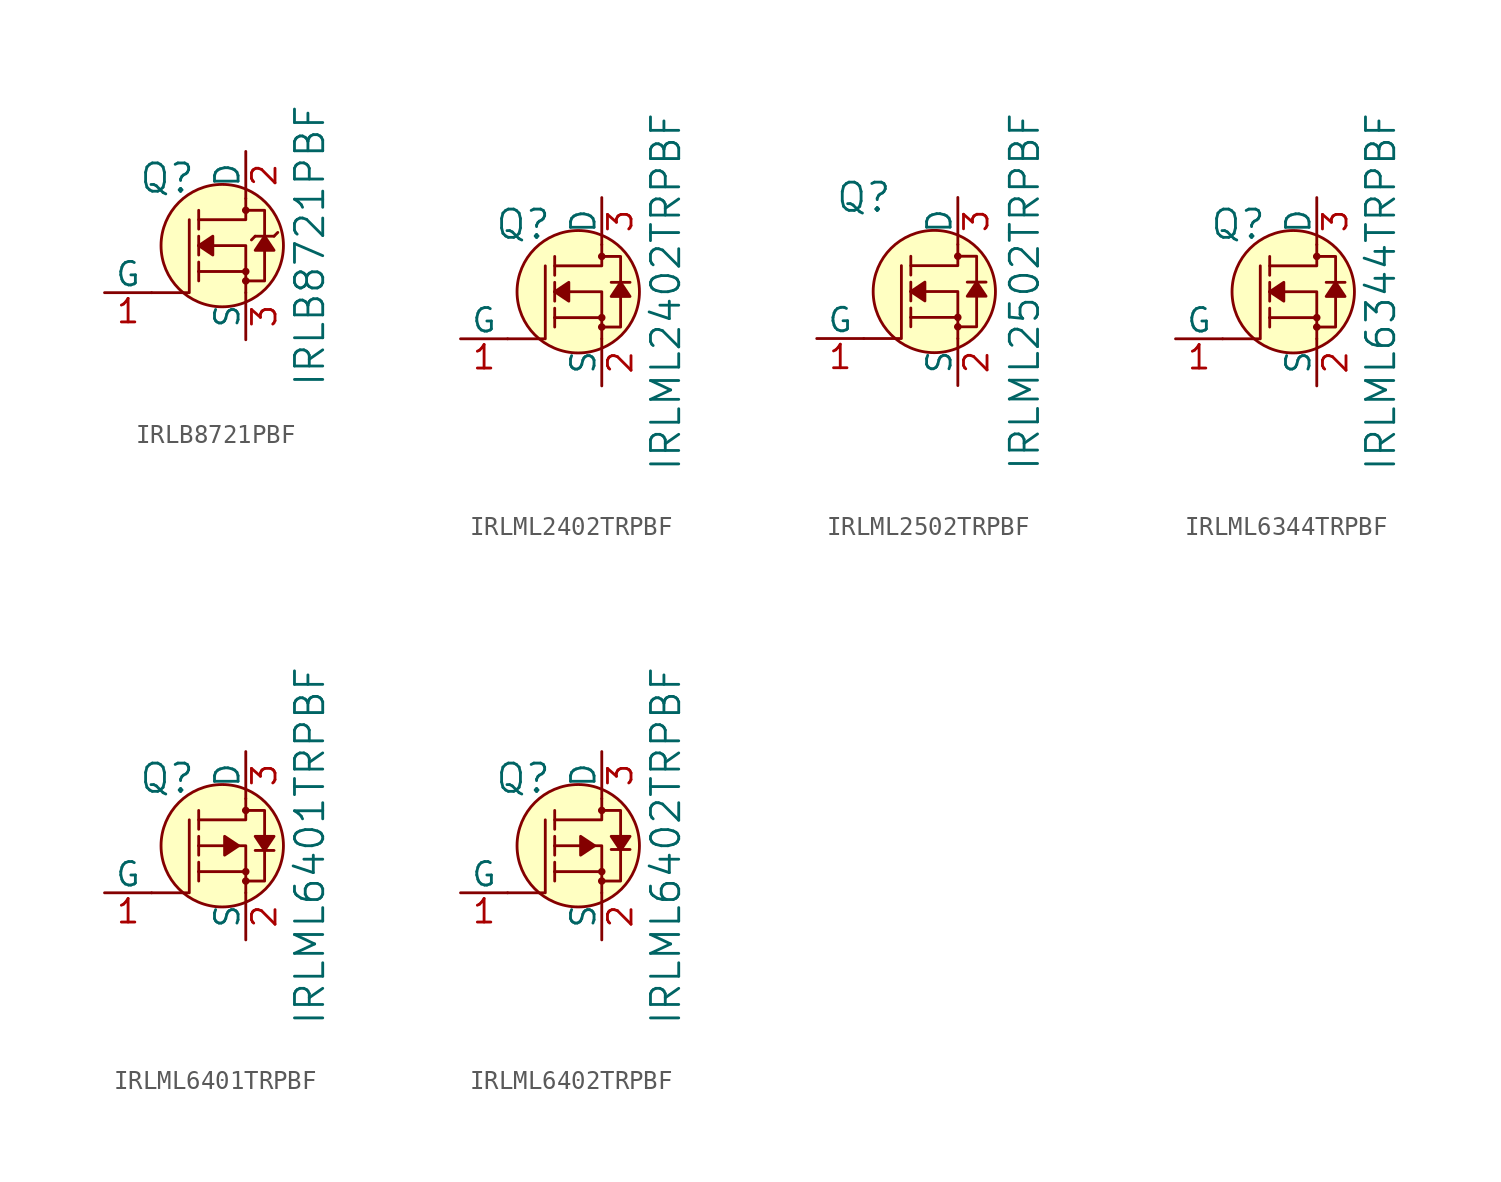
<source format=kicad_sym>
(kicad_symbol_lib
  (version 20211014)
  (generator kicad_symbol_editor)
  (symbol "IRLB8721PBF"
    (pin_names
      (offset 0))
    (property "Reference" "Q"
      (at -2.692 3.632 0)
      (effects (font (size 1.524 1.524)) (justify right)))
    (property "Value" "IRLB8721PBF"
      (at 3.454 0 90)
      (effects (font (size 1.524 1.524))))
    (symbol "IRLB8721PBF_0_1"
      (circle (center -1.27 0) (radius 3.302) (stroke (width 0) (type default) (color 0 0 0 0)) (fill (type background)))
      (circle (center 0 -1.905) (radius 0.127) (stroke (width 0) (type default) (color 0 0 0 0)) (fill (type none)))
      (circle (center 0 -1.397) (radius 0.127) (stroke (width 0) (type default) (color 0 0 0 0)) (fill (type none)))
      (polyline (pts (xy 0 -1.397) (xy -2.54 -1.397)) (stroke (width 0) (type default) (color 0 0 0 0)) (fill (type none)))
      (polyline (pts (xy 0.508 0.508) (xy 0.305 0.305)) (stroke (width 0) (type default) (color 0 0 0 0)) (fill (type none)))
      (polyline (pts (xy 1.524 0.508) (xy 1.727 0.711)) (stroke (width 0) (type default) (color 0 0 0 0)) (fill (type none)))
      (polyline (pts (xy -5.08 -2.54) (xy -3.048 -2.54) (xy -3.048 1.397)) (stroke (width 0) (type default) (color 0 0 0 0)) (fill (type none)))
      (polyline (pts (xy 0 -2.54) (xy 0 0) (xy -2.54 0)) (stroke (width 0) (type default) (color 0 0 0 0)) (fill (type none)))
      (polyline (pts (xy 0 2.54) (xy 0 1.397) (xy -2.54 1.397)) (stroke (width 0) (type default) (color 0 0 0 0)) (fill (type none)))
      (polyline (pts (xy -0.127 -1.905) (xy 1.016 -1.905) (xy 1.016 1.397) (xy 1.016 1.905) (xy -0.127 1.905)) (stroke (width 0) (type default) (color 0 0 0 0)) (fill (type none)))
      (circle (center 0 1.905) (radius 0.127) (stroke (width 0) (type default) (color 0 0 0 0)) (fill (type none))))
    (symbol "IRLB8721PBF_1_1"
      (polyline (pts (xy -2.54 -1.397) (xy -2.54 -1.905)) (stroke (width 0) (type default) (color 0 0 0 0)) (fill (type none)))
      (polyline (pts (xy -2.54 -1.397) (xy -2.54 -0.889)) (stroke (width 0) (type default) (color 0 0 0 0)) (fill (type none)))
      (polyline (pts (xy -2.54 0) (xy -2.54 -0.508)) (stroke (width 0) (type default) (color 0 0 0 0)) (fill (type none)))
      (polyline (pts (xy -2.54 0) (xy -2.54 0.508)) (stroke (width 0) (type default) (color 0 0 0 0)) (fill (type none)))
      (polyline (pts (xy -2.54 1.905) (xy -2.54 0.889)) (stroke (width 0) (type default) (color 0 0 0 0)) (fill (type none)))
      (polyline (pts (xy 1.524 0.508) (xy 0.508 0.508)) (stroke (width 0) (type default) (color 0 0 0 0)) (fill (type none)))
      (polyline (pts (xy -2.54 0) (xy -1.778 0.508) (xy -1.778 -0.508) (xy -2.54 0)) (stroke (width 0) (type default) (color 0 0 0 0)) (fill (type outline)))
      (polyline (pts (xy 1.016 0.508) (xy 0.508 -0.254) (xy 1.524 -0.254) (xy 1.016 0.508)) (stroke (width 0) (type default) (color 0 0 0 0)) (fill (type outline)))
      (pin bidirectional line (at -7.62 -2.54 0) (length 2.54) (name "G" (effects (font (size 1.27 1.27)))) (number "1" (effects (font (size 1.27 1.27)))))
      (pin bidirectional line (at 0 5.08 270) (length 2.54) (name "D" (effects (font (size 1.27 1.27)))) (number "2" (effects (font (size 1.27 1.27)))))
      (pin bidirectional line (at 0 -5.08 90) (length 2.54) (name "S" (effects (font (size 1.27 1.27)))) (number "3" (effects (font (size 1.27 1.27)))))))
  (symbol "IRLML2402TRPBF"
    (pin_names
      (offset 0))
    (property "Reference" "Q"
      (at -2.692 3.632 0)
      (effects (font (size 1.524 1.524)) (justify right)))
    (property "Value" "IRLML2402TRPBF"
      (at 3.454 0 90)
      (effects (font (size 1.524 1.524))))
    (symbol "IRLML2402TRPBF_0_1"
      (circle (center -1.27 0) (radius 3.302) (stroke (width 0) (type default) (color 0 0 0 0)) (fill (type background)))
      (circle (center 0 -1.905) (radius 0.127) (stroke (width 0) (type default) (color 0 0 0 0)) (fill (type none)))
      (circle (center 0 -1.397) (radius 0.127) (stroke (width 0) (type default) (color 0 0 0 0)) (fill (type none)))
      (polyline (pts (xy 0 -1.397) (xy -2.54 -1.397)) (stroke (width 0) (type default) (color 0 0 0 0)) (fill (type none)))
      (polyline (pts (xy -5.08 -2.54) (xy -3.048 -2.54) (xy -3.048 1.397)) (stroke (width 0) (type default) (color 0 0 0 0)) (fill (type none)))
      (polyline (pts (xy 0 -2.54) (xy 0 0) (xy -2.54 0)) (stroke (width 0) (type default) (color 0 0 0 0)) (fill (type none)))
      (polyline (pts (xy 0 2.54) (xy 0 1.397) (xy -2.54 1.397)) (stroke (width 0) (type default) (color 0 0 0 0)) (fill (type none)))
      (polyline (pts (xy -0.127 -1.905) (xy 1.016 -1.905) (xy 1.016 1.397) (xy 1.016 1.905) (xy -0.127 1.905)) (stroke (width 0) (type default) (color 0 0 0 0)) (fill (type none)))
      (circle (center 0 1.905) (radius 0.127) (stroke (width 0) (type default) (color 0 0 0 0)) (fill (type none))))
    (symbol "IRLML2402TRPBF_1_1"
      (polyline (pts (xy -2.54 -1.397) (xy -2.54 -1.905)) (stroke (width 0) (type default) (color 0 0 0 0)) (fill (type none)))
      (polyline (pts (xy -2.54 -1.397) (xy -2.54 -0.889)) (stroke (width 0) (type default) (color 0 0 0 0)) (fill (type none)))
      (polyline (pts (xy -2.54 0) (xy -2.54 -0.508)) (stroke (width 0) (type default) (color 0 0 0 0)) (fill (type none)))
      (polyline (pts (xy -2.54 0) (xy -2.54 0.508)) (stroke (width 0) (type default) (color 0 0 0 0)) (fill (type none)))
      (polyline (pts (xy -2.54 1.905) (xy -2.54 0.889)) (stroke (width 0) (type default) (color 0 0 0 0)) (fill (type none)))
      (polyline (pts (xy 1.524 0.508) (xy 0.508 0.508)) (stroke (width 0) (type default) (color 0 0 0 0)) (fill (type none)))
      (polyline (pts (xy -2.54 0) (xy -1.778 0.508) (xy -1.778 -0.508) (xy -2.54 0)) (stroke (width 0) (type default) (color 0 0 0 0)) (fill (type outline)))
      (polyline (pts (xy 1.016 0.508) (xy 0.508 -0.254) (xy 1.524 -0.254) (xy 1.016 0.508)) (stroke (width 0) (type default) (color 0 0 0 0)) (fill (type outline)))
      (pin bidirectional line (at -7.62 -2.54 0) (length 2.54) (name "G" (effects (font (size 1.27 1.27)))) (number "1" (effects (font (size 1.27 1.27)))))
      (pin bidirectional line (at 0 -5.08 90) (length 2.54) (name "S" (effects (font (size 1.27 1.27)))) (number "2" (effects (font (size 1.27 1.27)))))
      (pin bidirectional line (at 0 5.08 270) (length 2.54) (name "D" (effects (font (size 1.27 1.27)))) (number "3" (effects (font (size 1.27 1.27)))))))
  (symbol "IRLML2502TRPBF"
    (pin_names
      (offset 0))
    (property "Reference" "Q"
      (at -5.08 5.08 0)
      (effects (font (size 1.524 1.524))))
    (property "Value" "IRLML2502TRPBF"
      (at 3.607 0 90)
      (effects (font (size 1.524 1.524))))
    (symbol "IRLML2502TRPBF_0_1"
      (circle (center -1.27 0) (radius 3.302) (stroke (width 0) (type default) (color 0 0 0 0)) (fill (type background)))
      (circle (center 0 -1.905) (radius 0.127) (stroke (width 0) (type default) (color 0 0 0 0)) (fill (type none)))
      (circle (center 0 -1.397) (radius 0.127) (stroke (width 0) (type default) (color 0 0 0 0)) (fill (type none)))
      (polyline (pts (xy 0 -1.397) (xy -2.54 -1.397)) (stroke (width 0) (type default) (color 0 0 0 0)) (fill (type none)))
      (polyline (pts (xy -5.08 -2.54) (xy -3.048 -2.54) (xy -3.048 1.397)) (stroke (width 0) (type default) (color 0 0 0 0)) (fill (type none)))
      (polyline (pts (xy 0 -2.54) (xy 0 0) (xy -2.54 0)) (stroke (width 0) (type default) (color 0 0 0 0)) (fill (type none)))
      (polyline (pts (xy 0 2.54) (xy 0 1.397) (xy -2.54 1.397)) (stroke (width 0) (type default) (color 0 0 0 0)) (fill (type none)))
      (polyline (pts (xy -0.127 -1.905) (xy 1.016 -1.905) (xy 1.016 1.397) (xy 1.016 1.905) (xy -0.127 1.905)) (stroke (width 0) (type default) (color 0 0 0 0)) (fill (type none)))
      (circle (center 0 1.905) (radius 0.127) (stroke (width 0) (type default) (color 0 0 0 0)) (fill (type none))))
    (symbol "IRLML2502TRPBF_1_1"
      (polyline (pts (xy -2.54 -1.397) (xy -2.54 -1.905)) (stroke (width 0) (type default) (color 0 0 0 0)) (fill (type none)))
      (polyline (pts (xy -2.54 -1.397) (xy -2.54 -0.889)) (stroke (width 0) (type default) (color 0 0 0 0)) (fill (type none)))
      (polyline (pts (xy -2.54 0) (xy -2.54 -0.508)) (stroke (width 0) (type default) (color 0 0 0 0)) (fill (type none)))
      (polyline (pts (xy -2.54 0) (xy -2.54 0.508)) (stroke (width 0) (type default) (color 0 0 0 0)) (fill (type none)))
      (polyline (pts (xy -2.54 1.905) (xy -2.54 0.889)) (stroke (width 0) (type default) (color 0 0 0 0)) (fill (type none)))
      (polyline (pts (xy 1.524 0.508) (xy 0.508 0.508)) (stroke (width 0) (type default) (color 0 0 0 0)) (fill (type none)))
      (polyline (pts (xy -2.54 0) (xy -1.778 0.508) (xy -1.778 -0.508) (xy -2.54 0)) (stroke (width 0) (type default) (color 0 0 0 0)) (fill (type outline)))
      (polyline (pts (xy 1.016 0.508) (xy 0.508 -0.254) (xy 1.524 -0.254) (xy 1.016 0.508)) (stroke (width 0) (type default) (color 0 0 0 0)) (fill (type outline)))
      (pin bidirectional line (at -7.62 -2.54 0) (length 2.54) (name "G" (effects (font (size 1.27 1.27)))) (number "1" (effects (font (size 1.27 1.27)))))
      (pin bidirectional line (at 0 -5.08 90) (length 2.54) (name "S" (effects (font (size 1.27 1.27)))) (number "2" (effects (font (size 1.27 1.27)))))
      (pin bidirectional line (at 0 5.08 270) (length 2.54) (name "D" (effects (font (size 1.27 1.27)))) (number "3" (effects (font (size 1.27 1.27)))))))
  (symbol "IRLML6344TRPBF"
    (pin_names
      (offset 0))
    (property "Reference" "Q"
      (at -2.692 3.632 0)
      (effects (font (size 1.524 1.524)) (justify right)))
    (property "Value" "IRLML6344TRPBF"
      (at 3.454 0 90)
      (effects (font (size 1.524 1.524))))
    (symbol "IRLML6344TRPBF_0_1"
      (circle (center -1.27 0) (radius 3.302) (stroke (width 0) (type default) (color 0 0 0 0)) (fill (type background)))
      (circle (center 0 -1.905) (radius 0.127) (stroke (width 0) (type default) (color 0 0 0 0)) (fill (type none)))
      (circle (center 0 -1.397) (radius 0.127) (stroke (width 0) (type default) (color 0 0 0 0)) (fill (type none)))
      (polyline (pts (xy 0 -1.397) (xy -2.54 -1.397)) (stroke (width 0) (type default) (color 0 0 0 0)) (fill (type none)))
      (polyline (pts (xy -5.08 -2.54) (xy -3.048 -2.54) (xy -3.048 1.397)) (stroke (width 0) (type default) (color 0 0 0 0)) (fill (type none)))
      (polyline (pts (xy 0 -2.54) (xy 0 0) (xy -2.54 0)) (stroke (width 0) (type default) (color 0 0 0 0)) (fill (type none)))
      (polyline (pts (xy 0 2.54) (xy 0 1.397) (xy -2.54 1.397)) (stroke (width 0) (type default) (color 0 0 0 0)) (fill (type none)))
      (polyline (pts (xy -0.127 -1.905) (xy 1.016 -1.905) (xy 1.016 1.397) (xy 1.016 1.905) (xy -0.127 1.905)) (stroke (width 0) (type default) (color 0 0 0 0)) (fill (type none)))
      (circle (center 0 1.905) (radius 0.127) (stroke (width 0) (type default) (color 0 0 0 0)) (fill (type none))))
    (symbol "IRLML6344TRPBF_1_1"
      (polyline (pts (xy -2.54 -1.397) (xy -2.54 -1.905)) (stroke (width 0) (type default) (color 0 0 0 0)) (fill (type none)))
      (polyline (pts (xy -2.54 -1.397) (xy -2.54 -0.889)) (stroke (width 0) (type default) (color 0 0 0 0)) (fill (type none)))
      (polyline (pts (xy -2.54 0) (xy -2.54 -0.508)) (stroke (width 0) (type default) (color 0 0 0 0)) (fill (type none)))
      (polyline (pts (xy -2.54 0) (xy -2.54 0.508)) (stroke (width 0) (type default) (color 0 0 0 0)) (fill (type none)))
      (polyline (pts (xy -2.54 1.905) (xy -2.54 0.889)) (stroke (width 0) (type default) (color 0 0 0 0)) (fill (type none)))
      (polyline (pts (xy 1.524 0.508) (xy 0.508 0.508)) (stroke (width 0) (type default) (color 0 0 0 0)) (fill (type none)))
      (polyline (pts (xy -2.54 0) (xy -1.778 0.508) (xy -1.778 -0.508) (xy -2.54 0)) (stroke (width 0) (type default) (color 0 0 0 0)) (fill (type outline)))
      (polyline (pts (xy 1.016 0.508) (xy 0.508 -0.254) (xy 1.524 -0.254) (xy 1.016 0.508)) (stroke (width 0) (type default) (color 0 0 0 0)) (fill (type outline)))
      (pin bidirectional line (at -7.62 -2.54 0) (length 2.54) (name "G" (effects (font (size 1.27 1.27)))) (number "1" (effects (font (size 1.27 1.27)))))
      (pin bidirectional line (at 0 -5.08 90) (length 2.54) (name "S" (effects (font (size 1.27 1.27)))) (number "2" (effects (font (size 1.27 1.27)))))
      (pin bidirectional line (at 0 5.08 270) (length 2.54) (name "D" (effects (font (size 1.27 1.27)))) (number "3" (effects (font (size 1.27 1.27)))))))
  (symbol "IRLML6401TRPBF"
    (pin_names
      (offset 0))
    (property "Reference" "Q"
      (at -2.692 3.632 0)
      (effects (font (size 1.524 1.524)) (justify right)))
    (property "Value" "IRLML6401TRPBF"
      (at 3.454 0 90)
      (effects (font (size 1.524 1.524))))
    (symbol "IRLML6401TRPBF_0_1"
      (circle (center -1.27 0) (radius 3.302) (stroke (width 0) (type default) (color 0 0 0 0)) (fill (type background)))
      (circle (center 0 -1.905) (radius 0.127) (stroke (width 0) (type default) (color 0 0 0 0)) (fill (type none)))
      (circle (center 0 -1.397) (radius 0.127) (stroke (width 0) (type default) (color 0 0 0 0)) (fill (type none)))
      (polyline (pts (xy 0 -1.397) (xy -2.54 -1.397)) (stroke (width 0) (type default) (color 0 0 0 0)) (fill (type none)))
      (polyline (pts (xy -5.08 -2.54) (xy -3.048 -2.54) (xy -3.048 1.397)) (stroke (width 0) (type default) (color 0 0 0 0)) (fill (type none)))
      (polyline (pts (xy 0 -2.54) (xy 0 0) (xy -2.54 0)) (stroke (width 0) (type default) (color 0 0 0 0)) (fill (type none)))
      (polyline (pts (xy 0 2.54) (xy 0 1.397) (xy -2.54 1.397)) (stroke (width 0) (type default) (color 0 0 0 0)) (fill (type none)))
      (polyline (pts (xy -0.127 -1.905) (xy 1.016 -1.905) (xy 1.016 1.397) (xy 1.016 1.905) (xy -0.127 1.905)) (stroke (width 0) (type default) (color 0 0 0 0)) (fill (type none)))
      (circle (center 0 1.905) (radius 0.127) (stroke (width 0) (type default) (color 0 0 0 0)) (fill (type none))))
    (symbol "IRLML6401TRPBF_1_1"
      (polyline (pts (xy -2.54 -1.397) (xy -2.54 -1.905)) (stroke (width 0) (type default) (color 0 0 0 0)) (fill (type none)))
      (polyline (pts (xy -2.54 -1.397) (xy -2.54 -0.889)) (stroke (width 0) (type default) (color 0 0 0 0)) (fill (type none)))
      (polyline (pts (xy -2.54 0) (xy -2.54 -0.508)) (stroke (width 0) (type default) (color 0 0 0 0)) (fill (type none)))
      (polyline (pts (xy -2.54 0) (xy -2.54 0.508)) (stroke (width 0) (type default) (color 0 0 0 0)) (fill (type none)))
      (polyline (pts (xy -2.54 1.905) (xy -2.54 0.889)) (stroke (width 0) (type default) (color 0 0 0 0)) (fill (type none)))
      (polyline (pts (xy 1.524 -0.254) (xy 0.508 -0.254)) (stroke (width 0) (type default) (color 0 0 0 0)) (fill (type none)))
      (polyline (pts (xy -0.381 0) (xy -1.143 0.508) (xy -1.143 -0.508) (xy -0.381 0)) (stroke (width 0) (type default) (color 0 0 0 0)) (fill (type outline)))
      (polyline (pts (xy 1.016 -0.254) (xy 1.524 0.508) (xy 0.508 0.508) (xy 1.016 -0.254)) (stroke (width 0) (type default) (color 0 0 0 0)) (fill (type outline)))
      (pin bidirectional line (at -7.62 -2.54 0) (length 2.54) (name "G" (effects (font (size 1.27 1.27)))) (number "1" (effects (font (size 1.27 1.27)))))
      (pin bidirectional line (at 0 -5.08 90) (length 2.54) (name "S" (effects (font (size 1.27 1.27)))) (number "2" (effects (font (size 1.27 1.27)))))
      (pin bidirectional line (at 0 5.08 270) (length 2.54) (name "D" (effects (font (size 1.27 1.27)))) (number "3" (effects (font (size 1.27 1.27)))))))
  (symbol "IRLML6402TRPBF"
    (pin_names
      (offset 0))
    (property "Reference" "Q"
      (at -2.692 3.632 0)
      (effects (font (size 1.524 1.524)) (justify right)))
    (property "Value" "IRLML6402TRPBF"
      (at 3.454 0 90)
      (effects (font (size 1.524 1.524))))
    (symbol "IRLML6402TRPBF_0_1"
      (circle (center -1.27 0) (radius 3.302) (stroke (width 0) (type default) (color 0 0 0 0)) (fill (type background)))
      (circle (center 0 -1.905) (radius 0.127) (stroke (width 0) (type default) (color 0 0 0 0)) (fill (type none)))
      (circle (center 0 -1.397) (radius 0.127) (stroke (width 0) (type default) (color 0 0 0 0)) (fill (type none)))
      (polyline (pts (xy 0 -1.397) (xy -2.54 -1.397)) (stroke (width 0) (type default) (color 0 0 0 0)) (fill (type none)))
      (polyline (pts (xy -5.08 -2.54) (xy -3.048 -2.54) (xy -3.048 1.397)) (stroke (width 0) (type default) (color 0 0 0 0)) (fill (type none)))
      (polyline (pts (xy 0 -2.54) (xy 0 0) (xy -2.54 0)) (stroke (width 0) (type default) (color 0 0 0 0)) (fill (type none)))
      (polyline (pts (xy 0 2.54) (xy 0 1.397) (xy -2.54 1.397)) (stroke (width 0) (type default) (color 0 0 0 0)) (fill (type none)))
      (polyline (pts (xy -0.127 -1.905) (xy 1.016 -1.905) (xy 1.016 1.397) (xy 1.016 1.905) (xy -0.127 1.905)) (stroke (width 0) (type default) (color 0 0 0 0)) (fill (type none)))
      (circle (center 0 1.905) (radius 0.127) (stroke (width 0) (type default) (color 0 0 0 0)) (fill (type none))))
    (symbol "IRLML6402TRPBF_1_1"
      (polyline (pts (xy -2.54 -1.397) (xy -2.54 -1.905)) (stroke (width 0) (type default) (color 0 0 0 0)) (fill (type none)))
      (polyline (pts (xy -2.54 -1.397) (xy -2.54 -0.889)) (stroke (width 0) (type default) (color 0 0 0 0)) (fill (type none)))
      (polyline (pts (xy -2.54 0) (xy -2.54 -0.508)) (stroke (width 0) (type default) (color 0 0 0 0)) (fill (type none)))
      (polyline (pts (xy -2.54 0) (xy -2.54 0.508)) (stroke (width 0) (type default) (color 0 0 0 0)) (fill (type none)))
      (polyline (pts (xy -2.54 1.905) (xy -2.54 0.889)) (stroke (width 0) (type default) (color 0 0 0 0)) (fill (type none)))
      (polyline (pts (xy 1.524 -0.203) (xy 0.508 -0.203)) (stroke (width 0) (type default) (color 0 0 0 0)) (fill (type none)))
      (polyline (pts (xy -0.381 0) (xy -1.143 0.508) (xy -1.143 -0.508) (xy -0.381 0)) (stroke (width 0) (type default) (color 0 0 0 0)) (fill (type outline)))
      (polyline (pts (xy 1.016 -0.254) (xy 1.524 0.508) (xy 0.508 0.508) (xy 1.016 -0.254)) (stroke (width 0) (type default) (color 0 0 0 0)) (fill (type outline)))
      (pin bidirectional line (at -7.62 -2.54 0) (length 2.54) (name "G" (effects (font (size 1.27 1.27)))) (number "1" (effects (font (size 1.27 1.27)))))
      (pin bidirectional line (at 0 -5.08 90) (length 2.54) (name "S" (effects (font (size 1.27 1.27)))) (number "2" (effects (font (size 1.27 1.27)))))
      (pin bidirectional line (at 0 5.08 270) (length 2.54) (name "D" (effects (font (size 1.27 1.27)))) (number "3" (effects (font (size 1.27 1.27))))))))
</source>
